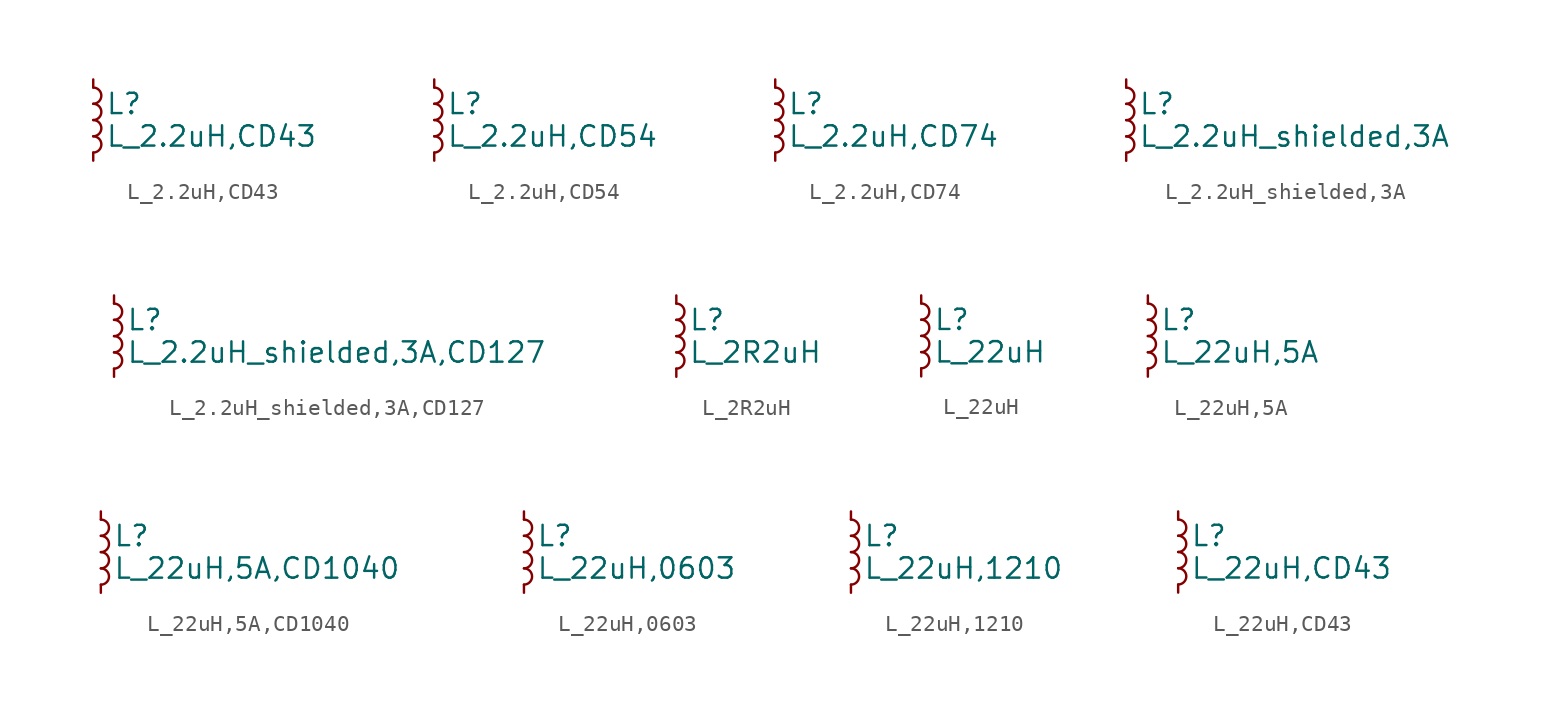
<source format=kicad_sym>
(kicad_symbol_lib
  (version 20211014)
  (generator kicad_symbol_editor)
  (symbol "L_2.2uH,CD43"
    (pin_numbers hide)
    (pin_names
      (offset 0.254) hide)
    (property "Reference" "L"
      (at 0.762 1.016 0)
      (effects (font (size 1.27 1.27)) (justify left)))
    (property "Value" "L_2.2uH,CD43"
      (at 0.762 -1.016 0)
      (effects (font (size 1.27 1.27)) (justify left)))
    (symbol "L_2.2uH,CD43_0_1"
      (arc (start 0 -2.032) (mid 0.508 -1.524) (end 0 -1.016) (stroke (width 0) (type default) (color 0 0 0 0)) (fill (type none)))
      (arc (start 0 -1.016) (mid 0.508 -0.508) (end 0 0) (stroke (width 0) (type default) (color 0 0 0 0)) (fill (type none)))
      (arc (start 0 0) (mid 0.508 0.508) (end 0 1.016) (stroke (width 0) (type default) (color 0 0 0 0)) (fill (type none)))
      (arc (start 0 1.016) (mid 0.508 1.524) (end 0 2.032) (stroke (width 0) (type default) (color 0 0 0 0)) (fill (type none))))
    (symbol "L_2.2uH,CD43_1_1"
      (pin passive line (at 0 2.54 270) (length 0.508) (name "~" (effects (font (size 1.27 1.27)))) (number "1" (effects (font (size 1.27 1.27)))))
      (pin passive line (at 0 -2.54 90) (length 0.508) (name "~" (effects (font (size 1.27 1.27)))) (number "2" (effects (font (size 1.27 1.27)))))))
  (symbol "L_2.2uH,CD54"
    (pin_numbers hide)
    (pin_names
      (offset 0.254) hide)
    (property "Reference" "L"
      (at 0.762 1.016 0)
      (effects (font (size 1.27 1.27)) (justify left)))
    (property "Value" "L_2.2uH,CD54"
      (at 0.762 -1.016 0)
      (effects (font (size 1.27 1.27)) (justify left)))
    (symbol "L_2.2uH,CD54_0_1"
      (arc (start 0 -2.032) (mid 0.508 -1.524) (end 0 -1.016) (stroke (width 0) (type default) (color 0 0 0 0)) (fill (type none)))
      (arc (start 0 -1.016) (mid 0.508 -0.508) (end 0 0) (stroke (width 0) (type default) (color 0 0 0 0)) (fill (type none)))
      (arc (start 0 0) (mid 0.508 0.508) (end 0 1.016) (stroke (width 0) (type default) (color 0 0 0 0)) (fill (type none)))
      (arc (start 0 1.016) (mid 0.508 1.524) (end 0 2.032) (stroke (width 0) (type default) (color 0 0 0 0)) (fill (type none))))
    (symbol "L_2.2uH,CD54_1_1"
      (pin passive line (at 0 2.54 270) (length 0.508) (name "~" (effects (font (size 1.27 1.27)))) (number "1" (effects (font (size 1.27 1.27)))))
      (pin passive line (at 0 -2.54 90) (length 0.508) (name "~" (effects (font (size 1.27 1.27)))) (number "2" (effects (font (size 1.27 1.27)))))))
  (symbol "L_2.2uH,CD74"
    (pin_numbers hide)
    (pin_names
      (offset 0.254) hide)
    (property "Reference" "L"
      (at 0.762 1.016 0)
      (effects (font (size 1.27 1.27)) (justify left)))
    (property "Value" "L_2.2uH,CD74"
      (at 0.762 -1.016 0)
      (effects (font (size 1.27 1.27)) (justify left)))
    (symbol "L_2.2uH,CD74_0_1"
      (arc (start 0 -2.032) (mid 0.508 -1.524) (end 0 -1.016) (stroke (width 0) (type default) (color 0 0 0 0)) (fill (type none)))
      (arc (start 0 -1.016) (mid 0.508 -0.508) (end 0 0) (stroke (width 0) (type default) (color 0 0 0 0)) (fill (type none)))
      (arc (start 0 0) (mid 0.508 0.508) (end 0 1.016) (stroke (width 0) (type default) (color 0 0 0 0)) (fill (type none)))
      (arc (start 0 1.016) (mid 0.508 1.524) (end 0 2.032) (stroke (width 0) (type default) (color 0 0 0 0)) (fill (type none))))
    (symbol "L_2.2uH,CD74_1_1"
      (pin passive line (at 0 2.54 270) (length 0.508) (name "~" (effects (font (size 1.27 1.27)))) (number "1" (effects (font (size 1.27 1.27)))))
      (pin passive line (at 0 -2.54 90) (length 0.508) (name "~" (effects (font (size 1.27 1.27)))) (number "2" (effects (font (size 1.27 1.27)))))))
  (symbol "L_2.2uH_shielded,3A"
    (pin_numbers hide)
    (pin_names
      (offset 0.254) hide)
    (property "Reference" "L"
      (at 0.762 1.016 0)
      (effects (font (size 1.27 1.27)) (justify left)))
    (property "Value" "L_2.2uH_shielded,3A"
      (at 0.762 -1.016 0)
      (effects (font (size 1.27 1.27)) (justify left)))
    (symbol "L_2.2uH_shielded,3A_0_1"
      (arc (start 0 -2.032) (mid 0.508 -1.524) (end 0 -1.016) (stroke (width 0) (type default) (color 0 0 0 0)) (fill (type none)))
      (arc (start 0 -1.016) (mid 0.508 -0.508) (end 0 0) (stroke (width 0) (type default) (color 0 0 0 0)) (fill (type none)))
      (arc (start 0 0) (mid 0.508 0.508) (end 0 1.016) (stroke (width 0) (type default) (color 0 0 0 0)) (fill (type none)))
      (arc (start 0 1.016) (mid 0.508 1.524) (end 0 2.032) (stroke (width 0) (type default) (color 0 0 0 0)) (fill (type none))))
    (symbol "L_2.2uH_shielded,3A_1_1"
      (pin passive line (at 0 2.54 270) (length 0.508) (name "~" (effects (font (size 1.27 1.27)))) (number "1" (effects (font (size 1.27 1.27)))))
      (pin passive line (at 0 -2.54 90) (length 0.508) (name "~" (effects (font (size 1.27 1.27)))) (number "2" (effects (font (size 1.27 1.27)))))))
  (symbol "L_2.2uH_shielded,3A,CD127"
    (pin_numbers hide)
    (pin_names
      (offset 0.254) hide)
    (property "Reference" "L"
      (at 0.762 1.016 0)
      (effects (font (size 1.27 1.27)) (justify left)))
    (property "Value" "L_2.2uH_shielded,3A,CD127"
      (at 0.762 -1.016 0)
      (effects (font (size 1.27 1.27)) (justify left)))
    (symbol "L_2.2uH_shielded,3A,CD127_0_1"
      (arc (start 0 -2.032) (mid 0.508 -1.524) (end 0 -1.016) (stroke (width 0) (type default) (color 0 0 0 0)) (fill (type none)))
      (arc (start 0 -1.016) (mid 0.508 -0.508) (end 0 0) (stroke (width 0) (type default) (color 0 0 0 0)) (fill (type none)))
      (arc (start 0 0) (mid 0.508 0.508) (end 0 1.016) (stroke (width 0) (type default) (color 0 0 0 0)) (fill (type none)))
      (arc (start 0 1.016) (mid 0.508 1.524) (end 0 2.032) (stroke (width 0) (type default) (color 0 0 0 0)) (fill (type none))))
    (symbol "L_2.2uH_shielded,3A,CD127_1_1"
      (pin passive line (at 0 2.54 270) (length 0.508) (name "~" (effects (font (size 1.27 1.27)))) (number "1" (effects (font (size 1.27 1.27)))))
      (pin passive line (at 0 -2.54 90) (length 0.508) (name "~" (effects (font (size 1.27 1.27)))) (number "2" (effects (font (size 1.27 1.27)))))))
  (symbol "L_2R2uH"
    (pin_numbers hide)
    (pin_names
      (offset 0.254) hide)
    (property "Reference" "L"
      (at 0.762 1.016 0)
      (effects (font (size 1.27 1.27)) (justify left)))
    (property "Value" "L_2R2uH"
      (at 0.762 -1.016 0)
      (effects (font (size 1.27 1.27)) (justify left)))
    (symbol "L_2R2uH_0_1"
      (arc (start 0 -2.032) (mid 0.508 -1.524) (end 0 -1.016) (stroke (width 0) (type default) (color 0 0 0 0)) (fill (type none)))
      (arc (start 0 -1.016) (mid 0.508 -0.508) (end 0 0) (stroke (width 0) (type default) (color 0 0 0 0)) (fill (type none)))
      (arc (start 0 0) (mid 0.508 0.508) (end 0 1.016) (stroke (width 0) (type default) (color 0 0 0 0)) (fill (type none)))
      (arc (start 0 1.016) (mid 0.508 1.524) (end 0 2.032) (stroke (width 0) (type default) (color 0 0 0 0)) (fill (type none))))
    (symbol "L_2R2uH_1_1"
      (pin passive line (at 0 2.54 270) (length 0.508) (name "~" (effects (font (size 1.27 1.27)))) (number "1" (effects (font (size 1.27 1.27)))))
      (pin passive line (at 0 -2.54 90) (length 0.508) (name "~" (effects (font (size 1.27 1.27)))) (number "2" (effects (font (size 1.27 1.27)))))))
  (symbol "L_22uH"
    (pin_numbers hide)
    (pin_names
      (offset 0.254) hide)
    (property "Reference" "L"
      (at 0.762 1.016 0)
      (effects (font (size 1.27 1.27)) (justify left)))
    (property "Value" "L_22uH"
      (at 0.762 -1.016 0)
      (effects (font (size 1.27 1.27)) (justify left)))
    (symbol "L_22uH_0_1"
      (arc (start 0 -2.032) (mid 0.508 -1.524) (end 0 -1.016) (stroke (width 0) (type default) (color 0 0 0 0)) (fill (type none)))
      (arc (start 0 -1.016) (mid 0.508 -0.508) (end 0 0) (stroke (width 0) (type default) (color 0 0 0 0)) (fill (type none)))
      (arc (start 0 0) (mid 0.508 0.508) (end 0 1.016) (stroke (width 0) (type default) (color 0 0 0 0)) (fill (type none)))
      (arc (start 0 1.016) (mid 0.508 1.524) (end 0 2.032) (stroke (width 0) (type default) (color 0 0 0 0)) (fill (type none))))
    (symbol "L_22uH_1_1"
      (pin passive line (at 0 2.54 270) (length 0.508) (name "~" (effects (font (size 1.27 1.27)))) (number "1" (effects (font (size 1.27 1.27)))))
      (pin passive line (at 0 -2.54 90) (length 0.508) (name "~" (effects (font (size 1.27 1.27)))) (number "2" (effects (font (size 1.27 1.27)))))))
  (symbol "L_22uH,5A"
    (pin_numbers hide)
    (pin_names
      (offset 0.254) hide)
    (property "Reference" "L"
      (at 0.762 1.016 0)
      (effects (font (size 1.27 1.27)) (justify left)))
    (property "Value" "L_22uH,5A"
      (at 0.762 -1.016 0)
      (effects (font (size 1.27 1.27)) (justify left)))
    (symbol "L_22uH,5A_0_1"
      (arc (start 0 -2.032) (mid 0.508 -1.524) (end 0 -1.016) (stroke (width 0) (type default) (color 0 0 0 0)) (fill (type none)))
      (arc (start 0 -1.016) (mid 0.508 -0.508) (end 0 0) (stroke (width 0) (type default) (color 0 0 0 0)) (fill (type none)))
      (arc (start 0 0) (mid 0.508 0.508) (end 0 1.016) (stroke (width 0) (type default) (color 0 0 0 0)) (fill (type none)))
      (arc (start 0 1.016) (mid 0.508 1.524) (end 0 2.032) (stroke (width 0) (type default) (color 0 0 0 0)) (fill (type none))))
    (symbol "L_22uH,5A_1_1"
      (pin passive line (at 0 2.54 270) (length 0.508) (name "~" (effects (font (size 1.27 1.27)))) (number "1" (effects (font (size 1.27 1.27)))))
      (pin passive line (at 0 -2.54 90) (length 0.508) (name "~" (effects (font (size 1.27 1.27)))) (number "2" (effects (font (size 1.27 1.27)))))))
  (symbol "L_22uH,5A,CD1040"
    (pin_numbers hide)
    (pin_names
      (offset 0.254) hide)
    (property "Reference" "L"
      (at 0.762 1.016 0)
      (effects (font (size 1.27 1.27)) (justify left)))
    (property "Value" "L_22uH,5A,CD1040"
      (at 0.762 -1.016 0)
      (effects (font (size 1.27 1.27)) (justify left)))
    (symbol "L_22uH,5A,CD1040_0_1"
      (arc (start 0 -2.032) (mid 0.508 -1.524) (end 0 -1.016) (stroke (width 0) (type default) (color 0 0 0 0)) (fill (type none)))
      (arc (start 0 -1.016) (mid 0.508 -0.508) (end 0 0) (stroke (width 0) (type default) (color 0 0 0 0)) (fill (type none)))
      (arc (start 0 0) (mid 0.508 0.508) (end 0 1.016) (stroke (width 0) (type default) (color 0 0 0 0)) (fill (type none)))
      (arc (start 0 1.016) (mid 0.508 1.524) (end 0 2.032) (stroke (width 0) (type default) (color 0 0 0 0)) (fill (type none))))
    (symbol "L_22uH,5A,CD1040_1_1"
      (pin passive line (at 0 2.54 270) (length 0.508) (name "~" (effects (font (size 1.27 1.27)))) (number "1" (effects (font (size 1.27 1.27)))))
      (pin passive line (at 0 -2.54 90) (length 0.508) (name "~" (effects (font (size 1.27 1.27)))) (number "2" (effects (font (size 1.27 1.27)))))))
  (symbol "L_22uH,0603"
    (pin_numbers hide)
    (pin_names
      (offset 0.254) hide)
    (property "Reference" "L"
      (at 0.762 1.016 0)
      (effects (font (size 1.27 1.27)) (justify left)))
    (property "Value" "L_22uH,0603"
      (at 0.762 -1.016 0)
      (effects (font (size 1.27 1.27)) (justify left)))
    (symbol "L_22uH,0603_0_1"
      (arc (start 0 -2.032) (mid 0.508 -1.524) (end 0 -1.016) (stroke (width 0) (type default) (color 0 0 0 0)) (fill (type none)))
      (arc (start 0 -1.016) (mid 0.508 -0.508) (end 0 0) (stroke (width 0) (type default) (color 0 0 0 0)) (fill (type none)))
      (arc (start 0 0) (mid 0.508 0.508) (end 0 1.016) (stroke (width 0) (type default) (color 0 0 0 0)) (fill (type none)))
      (arc (start 0 1.016) (mid 0.508 1.524) (end 0 2.032) (stroke (width 0) (type default) (color 0 0 0 0)) (fill (type none))))
    (symbol "L_22uH,0603_1_1"
      (pin passive line (at 0 2.54 270) (length 0.508) (name "~" (effects (font (size 1.27 1.27)))) (number "1" (effects (font (size 1.27 1.27)))))
      (pin passive line (at 0 -2.54 90) (length 0.508) (name "~" (effects (font (size 1.27 1.27)))) (number "2" (effects (font (size 1.27 1.27)))))))
  (symbol "L_22uH,1210"
    (pin_numbers hide)
    (pin_names
      (offset 0.254) hide)
    (property "Reference" "L"
      (at 0.762 1.016 0)
      (effects (font (size 1.27 1.27)) (justify left)))
    (property "Value" "L_22uH,1210"
      (at 0.762 -1.016 0)
      (effects (font (size 1.27 1.27)) (justify left)))
    (symbol "L_22uH,1210_0_1"
      (arc (start 0 -2.032) (mid 0.508 -1.524) (end 0 -1.016) (stroke (width 0) (type default) (color 0 0 0 0)) (fill (type none)))
      (arc (start 0 -1.016) (mid 0.508 -0.508) (end 0 0) (stroke (width 0) (type default) (color 0 0 0 0)) (fill (type none)))
      (arc (start 0 0) (mid 0.508 0.508) (end 0 1.016) (stroke (width 0) (type default) (color 0 0 0 0)) (fill (type none)))
      (arc (start 0 1.016) (mid 0.508 1.524) (end 0 2.032) (stroke (width 0) (type default) (color 0 0 0 0)) (fill (type none))))
    (symbol "L_22uH,1210_1_1"
      (pin passive line (at 0 2.54 270) (length 0.508) (name "~" (effects (font (size 1.27 1.27)))) (number "1" (effects (font (size 1.27 1.27)))))
      (pin passive line (at 0 -2.54 90) (length 0.508) (name "~" (effects (font (size 1.27 1.27)))) (number "2" (effects (font (size 1.27 1.27)))))))
  (symbol "L_22uH,CD43"
    (pin_numbers hide)
    (pin_names
      (offset 0.254) hide)
    (property "Reference" "L"
      (at 0.762 1.016 0)
      (effects (font (size 1.27 1.27)) (justify left)))
    (property "Value" "L_22uH,CD43"
      (at 0.762 -1.016 0)
      (effects (font (size 1.27 1.27)) (justify left)))
    (symbol "L_22uH,CD43_0_1"
      (arc (start 0 -2.032) (mid 0.508 -1.524) (end 0 -1.016) (stroke (width 0) (type default) (color 0 0 0 0)) (fill (type none)))
      (arc (start 0 -1.016) (mid 0.508 -0.508) (end 0 0) (stroke (width 0) (type default) (color 0 0 0 0)) (fill (type none)))
      (arc (start 0 0) (mid 0.508 0.508) (end 0 1.016) (stroke (width 0) (type default) (color 0 0 0 0)) (fill (type none)))
      (arc (start 0 1.016) (mid 0.508 1.524) (end 0 2.032) (stroke (width 0) (type default) (color 0 0 0 0)) (fill (type none))))
    (symbol "L_22uH,CD43_1_1"
      (pin passive line (at 0 2.54 270) (length 0.508) (name "~" (effects (font (size 1.27 1.27)))) (number "1" (effects (font (size 1.27 1.27)))))
      (pin passive line (at 0 -2.54 90) (length 0.508) (name "~" (effects (font (size 1.27 1.27)))) (number "2" (effects (font (size 1.27 1.27))))))))
</source>
